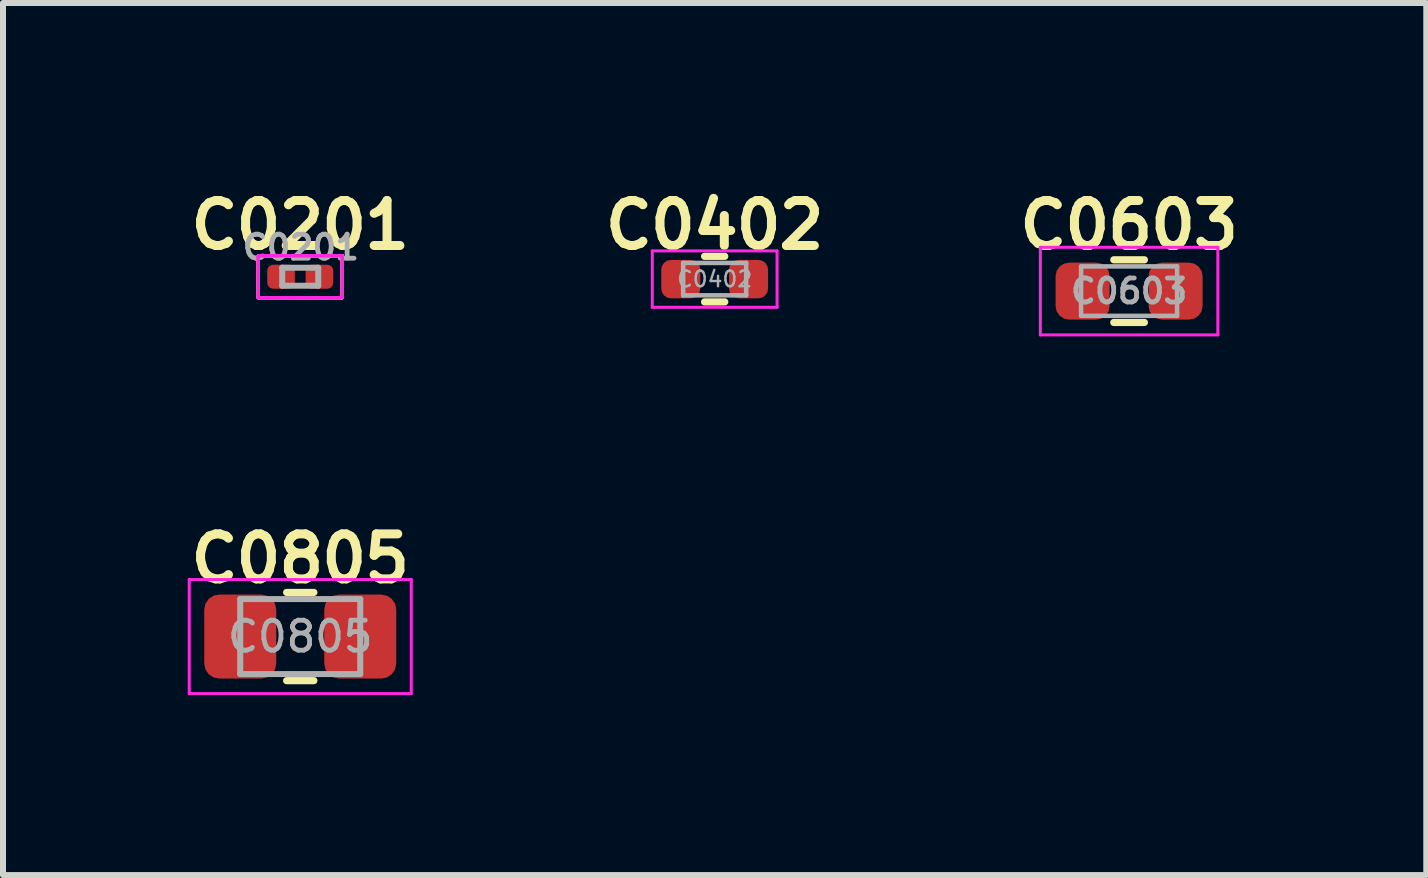
<source format=kicad_pcb>
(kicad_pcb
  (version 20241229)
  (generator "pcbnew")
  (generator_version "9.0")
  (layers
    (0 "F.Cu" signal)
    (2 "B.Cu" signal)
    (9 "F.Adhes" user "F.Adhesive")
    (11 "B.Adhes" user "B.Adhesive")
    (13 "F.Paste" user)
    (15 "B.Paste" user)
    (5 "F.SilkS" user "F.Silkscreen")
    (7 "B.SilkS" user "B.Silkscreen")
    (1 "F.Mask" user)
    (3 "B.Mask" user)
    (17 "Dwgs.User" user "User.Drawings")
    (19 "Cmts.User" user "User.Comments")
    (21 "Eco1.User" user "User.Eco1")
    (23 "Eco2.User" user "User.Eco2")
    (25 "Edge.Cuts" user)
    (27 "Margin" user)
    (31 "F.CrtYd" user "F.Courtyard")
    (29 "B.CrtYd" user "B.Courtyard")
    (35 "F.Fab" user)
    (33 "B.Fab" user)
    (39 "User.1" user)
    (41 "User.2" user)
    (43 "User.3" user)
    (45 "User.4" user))
  (footprint "C0805"
    (layer "F.Cu")
    (at 1.954 7.559)
    (property "Reference" "C0805" (at 0 -1.3 0) (layer "F.SilkS") (effects (font (size 0.75 0.75) (thickness 0.15))))
    (attr smd)
    (fp_line (start -0.227 -0.735) (end 0.227 -0.735) (stroke (width 0.12) (type solid)) (layer "F.SilkS"))
    (fp_line (start -0.227 0.735) (end 0.227 0.735) (stroke (width 0.12) (type solid)) (layer "F.SilkS"))
    (fp_line (start -1.85 -0.95) (end 1.85 -0.95) (stroke (width 0.05) (type solid)) (layer "F.CrtYd"))
    (fp_line (start -1.85 0.95) (end -1.85 -0.95) (stroke (width 0.05) (type solid)) (layer "F.CrtYd"))
    (fp_line (start 1.85 -0.95) (end 1.85 0.95) (stroke (width 0.05) (type solid)) (layer "F.CrtYd"))
    (fp_line (start 1.85 0.95) (end -1.85 0.95) (stroke (width 0.05) (type solid)) (layer "F.CrtYd"))
    (fp_line (start -1 -0.625) (end 1 -0.625) (stroke (width 0.1) (type solid)) (layer "F.Fab"))
    (fp_line (start -1 0.625) (end -1 -0.625) (stroke (width 0.1) (type solid)) (layer "F.Fab"))
    (fp_line (start 1 -0.625) (end 1 0.625) (stroke (width 0.1) (type solid)) (layer "F.Fab"))
    (fp_line (start 1 0.625) (end -1 0.625) (stroke (width 0.1) (type solid)) (layer "F.Fab"))
    (fp_text user "${REFERENCE}" (at 0 0 0) (layer "F.Fab") (effects (font (size 0.5 0.5) (thickness 0.08))))
    (pad "1" smd roundrect (at -1 0) (size 1.2 1.4) (layers "F.Cu" "F.Mask" "F.Paste") (roundrect_rratio 0.208))
    (pad "2" smd roundrect (at 1 0) (size 1.2 1.4) (layers "F.Cu" "F.Mask" "F.Paste") (roundrect_rratio 0.208)))
  (footprint "C0402"
    (layer "F.Cu")
    (at 8.861 1.602)
    (property "Reference" "C0402" (at 0 -0.9 0) (layer "F.SilkS") (effects (font (size 0.75 0.75) (thickness 0.15) (bold yes))))
    (attr smd)
    (fp_line (start -0.168 -0.38) (end 0.168 -0.38) (stroke (width 0.12) (type solid)) (layer "F.SilkS"))
    (fp_line (start -0.168 0.38) (end 0.168 0.38) (stroke (width 0.12) (type solid)) (layer "F.SilkS"))
    (fp_line (start -1.04 -0.47) (end 1.04 -0.47) (stroke (width 0.05) (type solid)) (layer "F.CrtYd"))
    (fp_line (start -1.04 0.47) (end -1.04 -0.47) (stroke (width 0.05) (type solid)) (layer "F.CrtYd"))
    (fp_line (start 1.04 -0.47) (end 1.04 0.47) (stroke (width 0.05) (type solid)) (layer "F.CrtYd"))
    (fp_line (start 1.04 0.47) (end -1.04 0.47) (stroke (width 0.05) (type solid)) (layer "F.CrtYd"))
    (fp_line (start -0.525 -0.27) (end 0.525 -0.27) (stroke (width 0.075) (type solid)) (layer "F.Fab"))
    (fp_line (start -0.525 0.27) (end -0.525 -0.27) (stroke (width 0.075) (type solid)) (layer "F.Fab"))
    (fp_line (start 0.525 -0.27) (end 0.525 0.27) (stroke (width 0.075) (type solid)) (layer "F.Fab"))
    (fp_line (start 0.525 0.27) (end -0.525 0.27) (stroke (width 0.075) (type solid)) (layer "F.Fab"))
    (fp_text user "${REFERENCE}" (at 0 0 0) (layer "F.Fab") (effects (font (size 0.26 0.26) (thickness 0.04))))
    (pad "1" smd roundrect (at -0.565 0) (size 0.65 0.64) (layers "F.Cu" "F.Mask" "F.Paste") (roundrect_rratio 0.25))
    (pad "2" smd roundrect (at 0.565 0) (size 0.65 0.64) (layers "F.Cu" "F.Mask" "F.Paste") (roundrect_rratio 0.25)))
  (footprint "C0603"
    (layer "F.Cu")
    (at 15.768 1.802)
    (property "Reference" "C0603" (at 0 -1.1 0) (layer "F.SilkS") (effects (font (size 0.75 0.75) (thickness 0.15))))
    (attr smd)
    (fp_line (start -0.255 -0.522) (end 0.255 -0.522) (stroke (width 0.12) (type solid)) (layer "F.SilkS"))
    (fp_line (start -0.255 0.522) (end 0.255 0.522) (stroke (width 0.12) (type solid)) (layer "F.SilkS"))
    (fp_line (start -1.479 -0.73) (end 1.479 -0.73) (stroke (width 0.05) (type solid)) (layer "F.CrtYd"))
    (fp_line (start -1.479 0.73) (end -1.479 -0.73) (stroke (width 0.05) (type solid)) (layer "F.CrtYd"))
    (fp_line (start 1.479 -0.73) (end 1.479 0.73) (stroke (width 0.05) (type solid)) (layer "F.CrtYd"))
    (fp_line (start 1.479 0.73) (end -1.479 0.73) (stroke (width 0.05) (type solid)) (layer "F.CrtYd"))
    (fp_line (start -0.8 -0.412) (end 0.8 -0.412) (stroke (width 0.075) (type solid)) (layer "F.Fab"))
    (fp_line (start -0.8 0.412) (end -0.8 -0.412) (stroke (width 0.075) (type solid)) (layer "F.Fab"))
    (fp_line (start 0.8 -0.412) (end 0.8 0.412) (stroke (width 0.075) (type solid)) (layer "F.Fab"))
    (fp_line (start 0.8 0.412) (end -0.8 0.412) (stroke (width 0.075) (type solid)) (layer "F.Fab"))
    (fp_text user "${REFERENCE}" (at 0 0 0) (layer "F.Fab") (effects (font (size 0.4 0.4) (thickness 0.08) (bold yes))))
    (pad "1" smd roundrect (at -0.775 0) (size 0.9 0.95) (layers "F.Cu" "F.Mask" "F.Paste") (roundrect_rratio 0.25))
    (pad "2" smd roundrect (at 0.775 0) (size 0.9 0.95) (layers "F.Cu" "F.Mask" "F.Paste") (roundrect_rratio 0.25)))
  (footprint "C0201"
    (layer "F.Cu")
    (at 1.954 1.562)
    (property "Reference" "C0201" (at 0 -0.86 0) (layer "F.SilkS") (effects (font (size 0.75 0.75) (thickness 0.15))))
    (attr smd)
    (fp_line (start -0.7 -0.35) (end 0.7 -0.35) (stroke (width 0.05) (type solid)) (layer "F.SilkS"))
    (fp_line (start -0.7 -0.35) (end 0.7 -0.35) (stroke (width 0.05) (type solid)) (layer "F.SilkS"))
    (fp_line (start -0.7 -0.35) (end 0.7 -0.35) (stroke (width 0.05) (type solid)) (layer "F.SilkS"))
    (fp_line (start -0.7 -0.35) (end 0.7 -0.35) (stroke (width 0.05) (type solid)) (layer "F.SilkS"))
    (fp_line (start -0.7 0.35) (end -0.7 -0.35) (stroke (width 0.05) (type solid)) (layer "F.SilkS"))
    (fp_line (start -0.7 0.35) (end -0.7 -0.35) (stroke (width 0.05) (type solid)) (layer "F.SilkS"))
    (fp_line (start -0.7 0.35) (end -0.7 -0.35) (stroke (width 0.05) (type solid)) (layer "F.SilkS"))
    (fp_line (start -0.7 0.35) (end -0.7 -0.35) (stroke (width 0.05) (type solid)) (layer "F.SilkS"))
    (fp_line (start 0.7 -0.35) (end 0.7 0.35) (stroke (width 0.05) (type solid)) (layer "F.SilkS"))
    (fp_line (start 0.7 -0.35) (end 0.7 0.35) (stroke (width 0.05) (type solid)) (layer "F.SilkS"))
    (fp_line (start 0.7 -0.35) (end 0.7 0.35) (stroke (width 0.05) (type solid)) (layer "F.SilkS"))
    (fp_line (start 0.7 -0.35) (end 0.7 0.35) (stroke (width 0.05) (type solid)) (layer "F.SilkS"))
    (fp_line (start 0.7 0.35) (end -0.7 0.35) (stroke (width 0.05) (type solid)) (layer "F.SilkS"))
    (fp_line (start 0.7 0.35) (end -0.7 0.35) (stroke (width 0.05) (type solid)) (layer "F.SilkS"))
    (fp_line (start 0.7 0.35) (end -0.7 0.35) (stroke (width 0.05) (type solid)) (layer "F.SilkS"))
    (fp_line (start 0.7 0.35) (end -0.7 0.35) (stroke (width 0.05) (type solid)) (layer "F.SilkS"))
    (fp_line (start -0.7 -0.35) (end 0.7 -0.35) (stroke (width 0.05) (type solid)) (layer "F.CrtYd"))
    (fp_line (start -0.7 -0.35) (end 0.7 -0.35) (stroke (width 0.05) (type solid)) (layer "F.CrtYd"))
    (fp_line (start -0.7 -0.35) (end 0.7 -0.35) (stroke (width 0.05) (type solid)) (layer "F.CrtYd"))
    (fp_line (start -0.7 -0.35) (end 0.7 -0.35) (stroke (width 0.05) (type solid)) (layer "F.CrtYd"))
    (fp_line (start -0.7 0.35) (end -0.7 -0.35) (stroke (width 0.05) (type solid)) (layer "F.CrtYd"))
    (fp_line (start -0.7 0.35) (end -0.7 -0.35) (stroke (width 0.05) (type solid)) (layer "F.CrtYd"))
    (fp_line (start -0.7 0.35) (end -0.7 -0.35) (stroke (width 0.05) (type solid)) (layer "F.CrtYd"))
    (fp_line (start -0.7 0.35) (end -0.7 -0.35) (stroke (width 0.05) (type solid)) (layer "F.CrtYd"))
    (fp_line (start 0.7 -0.35) (end 0.7 0.35) (stroke (width 0.05) (type solid)) (layer "F.CrtYd"))
    (fp_line (start 0.7 -0.35) (end 0.7 0.35) (stroke (width 0.05) (type solid)) (layer "F.CrtYd"))
    (fp_line (start 0.7 -0.35) (end 0.7 0.35) (stroke (width 0.05) (type solid)) (layer "F.CrtYd"))
    (fp_line (start 0.7 -0.35) (end 0.7 0.35) (stroke (width 0.05) (type solid)) (layer "F.CrtYd"))
    (fp_line (start 0.7 0.35) (end -0.7 0.35) (stroke (width 0.05) (type solid)) (layer "F.CrtYd"))
    (fp_line (start 0.7 0.35) (end -0.7 0.35) (stroke (width 0.05) (type solid)) (layer "F.CrtYd"))
    (fp_line (start 0.7 0.35) (end -0.7 0.35) (stroke (width 0.05) (type solid)) (layer "F.CrtYd"))
    (fp_line (start 0.7 0.35) (end -0.7 0.35) (stroke (width 0.05) (type solid)) (layer "F.CrtYd"))
    (fp_line (start -0.3 -0.15) (end 0.3 -0.15) (stroke (width 0.1) (type solid)) (layer "F.Fab"))
    (fp_line (start -0.3 0.15) (end -0.3 -0.15) (stroke (width 0.1) (type solid)) (layer "F.Fab"))
    (fp_line (start 0.3 -0.15) (end 0.3 0.15) (stroke (width 0.1) (type solid)) (layer "F.Fab"))
    (fp_line (start 0.3 0.15) (end -0.3 0.15) (stroke (width 0.1) (type solid)) (layer "F.Fab"))
    (fp_text user "${REFERENCE}" (at 0.01 -0.49 0) (layer "F.Fab") (effects (font (size 0.4 0.4) (thickness 0.08) (bold yes))))
    (pad "" smd roundrect (at -0.32 0) (size 0.46 0.4) (layers "F.Paste") (roundrect_rratio 0.25))
    (pad "" smd roundrect (at 0.32 0) (size 0.46 0.4) (layers "F.Paste") (roundrect_rratio 0.25))
    (pad "1" smd roundrect (at -0.32 0) (size 0.46 0.4) (layers "F.Cu" "F.Mask") (roundrect_rratio 0.25))
    (pad "2" smd roundrect (at 0.32 0) (size 0.46 0.4) (layers "F.Cu" "F.Mask") (roundrect_rratio 0.25)))
  (gr_rect
    (start -3 -3)
    (end 20.721 11.534)
    (stroke (width 0.1) (type default))
    (fill no)
    (layer "Edge.Cuts")))
</source>
